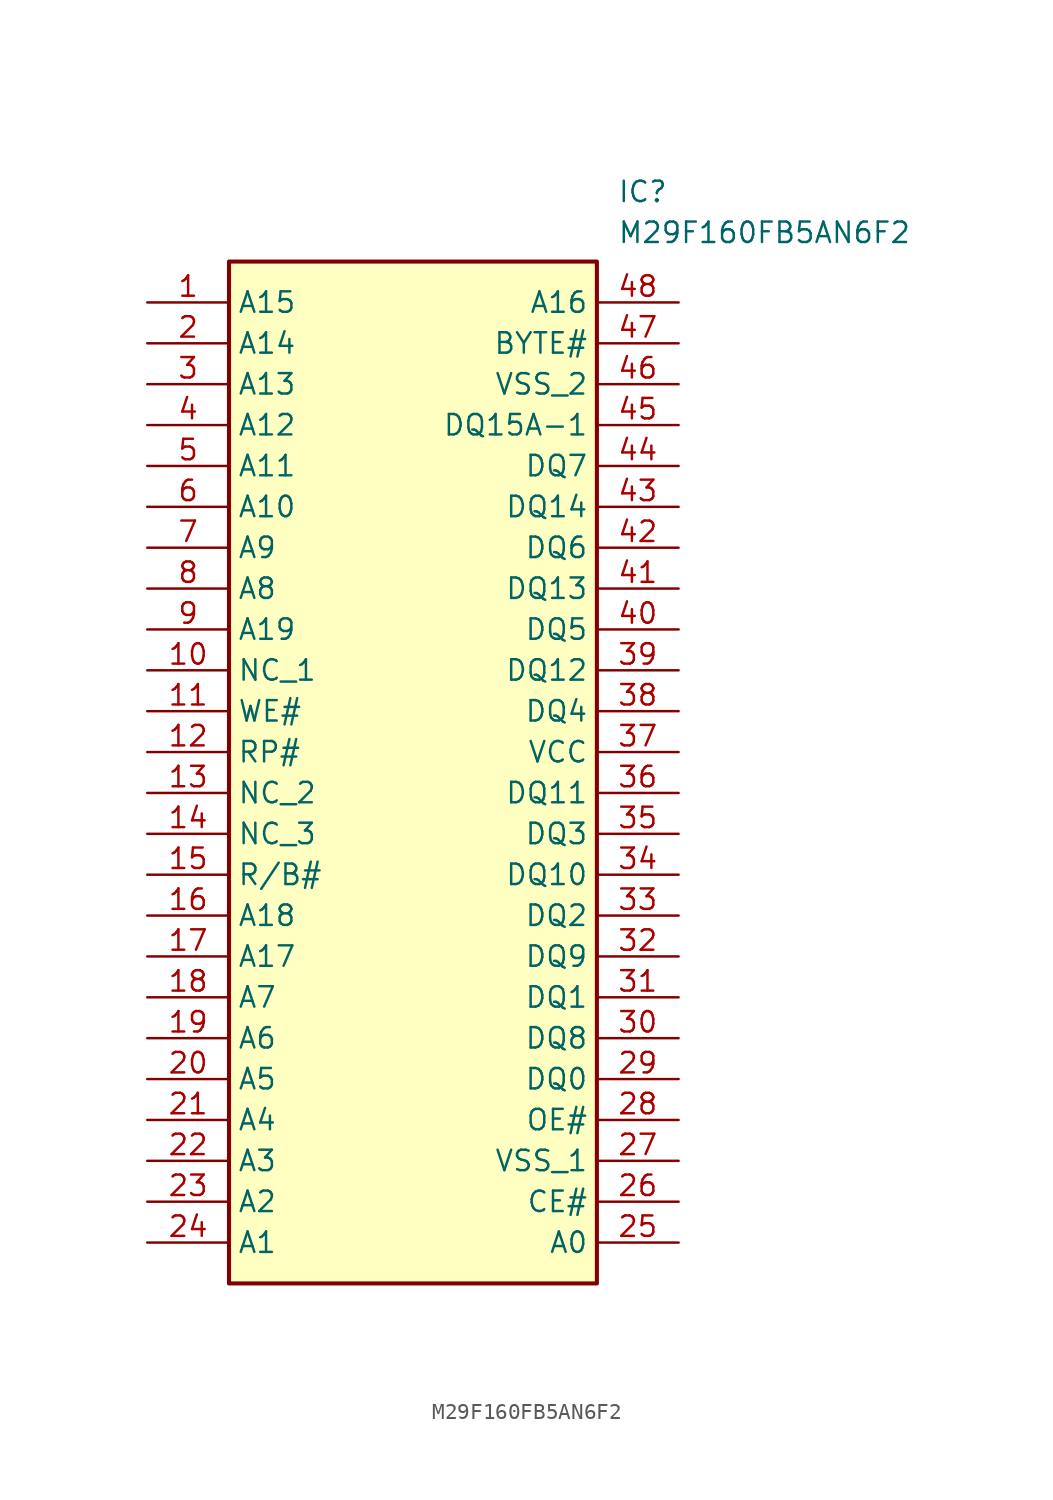
<source format=kicad_sym>
(kicad_symbol_lib
  (version 20211014)
  (generator SamacSys_ECAD_Model)
  (symbol "M29F160FB5AN6F2"
    (property "Reference" "IC"
      (at 29.21 7.62 0)
      (effects (font (size 1.27 1.27)) (justify left top)))
    (property "Value" "M29F160FB5AN6F2"
      (at 29.21 5.08 0)
      (effects (font (size 1.27 1.27)) (justify left top)))
    (rectangle
      (start 5.08 2.54)
      (end 27.94 -60.96)
      (stroke (width 0.254) (type default))
      (fill (type background)))
    (pin passive line
      (at 0 0 0)
      (length 5.08)
      (name "A15" (effects (font (size 1.27 1.27))))
      (number "1" (effects (font (size 1.27 1.27)))))
    (pin passive line
      (at 0 -2.54 0)
      (length 5.08)
      (name "A14" (effects (font (size 1.27 1.27))))
      (number "2" (effects (font (size 1.27 1.27)))))
    (pin passive line
      (at 0 -5.08 0)
      (length 5.08)
      (name "A13" (effects (font (size 1.27 1.27))))
      (number "3" (effects (font (size 1.27 1.27)))))
    (pin passive line
      (at 0 -7.62 0)
      (length 5.08)
      (name "A12" (effects (font (size 1.27 1.27))))
      (number "4" (effects (font (size 1.27 1.27)))))
    (pin passive line
      (at 0 -10.16 0)
      (length 5.08)
      (name "A11" (effects (font (size 1.27 1.27))))
      (number "5" (effects (font (size 1.27 1.27)))))
    (pin passive line
      (at 0 -12.7 0)
      (length 5.08)
      (name "A10" (effects (font (size 1.27 1.27))))
      (number "6" (effects (font (size 1.27 1.27)))))
    (pin passive line
      (at 0 -15.24 0)
      (length 5.08)
      (name "A9" (effects (font (size 1.27 1.27))))
      (number "7" (effects (font (size 1.27 1.27)))))
    (pin passive line
      (at 0 -17.78 0)
      (length 5.08)
      (name "A8" (effects (font (size 1.27 1.27))))
      (number "8" (effects (font (size 1.27 1.27)))))
    (pin passive line
      (at 0 -20.32 0)
      (length 5.08)
      (name "A19" (effects (font (size 1.27 1.27))))
      (number "9" (effects (font (size 1.27 1.27)))))
    (pin passive line
      (at 0 -22.86 0)
      (length 5.08)
      (name "NC_1" (effects (font (size 1.27 1.27))))
      (number "10" (effects (font (size 1.27 1.27)))))
    (pin passive line
      (at 0 -25.4 0)
      (length 5.08)
      (name "WE#" (effects (font (size 1.27 1.27))))
      (number "11" (effects (font (size 1.27 1.27)))))
    (pin passive line
      (at 0 -27.94 0)
      (length 5.08)
      (name "RP#" (effects (font (size 1.27 1.27))))
      (number "12" (effects (font (size 1.27 1.27)))))
    (pin passive line
      (at 0 -30.48 0)
      (length 5.08)
      (name "NC_2" (effects (font (size 1.27 1.27))))
      (number "13" (effects (font (size 1.27 1.27)))))
    (pin passive line
      (at 0 -33.02 0)
      (length 5.08)
      (name "NC_3" (effects (font (size 1.27 1.27))))
      (number "14" (effects (font (size 1.27 1.27)))))
    (pin passive line
      (at 0 -35.56 0)
      (length 5.08)
      (name "R/B#" (effects (font (size 1.27 1.27))))
      (number "15" (effects (font (size 1.27 1.27)))))
    (pin passive line
      (at 0 -38.1 0)
      (length 5.08)
      (name "A18" (effects (font (size 1.27 1.27))))
      (number "16" (effects (font (size 1.27 1.27)))))
    (pin passive line
      (at 0 -40.64 0)
      (length 5.08)
      (name "A17" (effects (font (size 1.27 1.27))))
      (number "17" (effects (font (size 1.27 1.27)))))
    (pin passive line
      (at 0 -43.18 0)
      (length 5.08)
      (name "A7" (effects (font (size 1.27 1.27))))
      (number "18" (effects (font (size 1.27 1.27)))))
    (pin passive line
      (at 0 -45.72 0)
      (length 5.08)
      (name "A6" (effects (font (size 1.27 1.27))))
      (number "19" (effects (font (size 1.27 1.27)))))
    (pin passive line
      (at 0 -48.26 0)
      (length 5.08)
      (name "A5" (effects (font (size 1.27 1.27))))
      (number "20" (effects (font (size 1.27 1.27)))))
    (pin passive line
      (at 0 -50.8 0)
      (length 5.08)
      (name "A4" (effects (font (size 1.27 1.27))))
      (number "21" (effects (font (size 1.27 1.27)))))
    (pin passive line
      (at 0 -53.34 0)
      (length 5.08)
      (name "A3" (effects (font (size 1.27 1.27))))
      (number "22" (effects (font (size 1.27 1.27)))))
    (pin passive line
      (at 0 -55.88 0)
      (length 5.08)
      (name "A2" (effects (font (size 1.27 1.27))))
      (number "23" (effects (font (size 1.27 1.27)))))
    (pin passive line
      (at 0 -58.42 0)
      (length 5.08)
      (name "A1" (effects (font (size 1.27 1.27))))
      (number "24" (effects (font (size 1.27 1.27)))))
    (pin passive line
      (at 33.02 0 180)
      (length 5.08)
      (name "A16" (effects (font (size 1.27 1.27))))
      (number "48" (effects (font (size 1.27 1.27)))))
    (pin passive line
      (at 33.02 -2.54 180)
      (length 5.08)
      (name "BYTE#" (effects (font (size 1.27 1.27))))
      (number "47" (effects (font (size 1.27 1.27)))))
    (pin passive line
      (at 33.02 -5.08 180)
      (length 5.08)
      (name "VSS_2" (effects (font (size 1.27 1.27))))
      (number "46" (effects (font (size 1.27 1.27)))))
    (pin passive line
      (at 33.02 -7.62 180)
      (length 5.08)
      (name "DQ15A-1" (effects (font (size 1.27 1.27))))
      (number "45" (effects (font (size 1.27 1.27)))))
    (pin passive line
      (at 33.02 -10.16 180)
      (length 5.08)
      (name "DQ7" (effects (font (size 1.27 1.27))))
      (number "44" (effects (font (size 1.27 1.27)))))
    (pin passive line
      (at 33.02 -12.7 180)
      (length 5.08)
      (name "DQ14" (effects (font (size 1.27 1.27))))
      (number "43" (effects (font (size 1.27 1.27)))))
    (pin passive line
      (at 33.02 -15.24 180)
      (length 5.08)
      (name "DQ6" (effects (font (size 1.27 1.27))))
      (number "42" (effects (font (size 1.27 1.27)))))
    (pin passive line
      (at 33.02 -17.78 180)
      (length 5.08)
      (name "DQ13" (effects (font (size 1.27 1.27))))
      (number "41" (effects (font (size 1.27 1.27)))))
    (pin passive line
      (at 33.02 -20.32 180)
      (length 5.08)
      (name "DQ5" (effects (font (size 1.27 1.27))))
      (number "40" (effects (font (size 1.27 1.27)))))
    (pin passive line
      (at 33.02 -22.86 180)
      (length 5.08)
      (name "DQ12" (effects (font (size 1.27 1.27))))
      (number "39" (effects (font (size 1.27 1.27)))))
    (pin passive line
      (at 33.02 -25.4 180)
      (length 5.08)
      (name "DQ4" (effects (font (size 1.27 1.27))))
      (number "38" (effects (font (size 1.27 1.27)))))
    (pin passive line
      (at 33.02 -27.94 180)
      (length 5.08)
      (name "VCC" (effects (font (size 1.27 1.27))))
      (number "37" (effects (font (size 1.27 1.27)))))
    (pin passive line
      (at 33.02 -30.48 180)
      (length 5.08)
      (name "DQ11" (effects (font (size 1.27 1.27))))
      (number "36" (effects (font (size 1.27 1.27)))))
    (pin passive line
      (at 33.02 -33.02 180)
      (length 5.08)
      (name "DQ3" (effects (font (size 1.27 1.27))))
      (number "35" (effects (font (size 1.27 1.27)))))
    (pin passive line
      (at 33.02 -35.56 180)
      (length 5.08)
      (name "DQ10" (effects (font (size 1.27 1.27))))
      (number "34" (effects (font (size 1.27 1.27)))))
    (pin passive line
      (at 33.02 -38.1 180)
      (length 5.08)
      (name "DQ2" (effects (font (size 1.27 1.27))))
      (number "33" (effects (font (size 1.27 1.27)))))
    (pin passive line
      (at 33.02 -40.64 180)
      (length 5.08)
      (name "DQ9" (effects (font (size 1.27 1.27))))
      (number "32" (effects (font (size 1.27 1.27)))))
    (pin passive line
      (at 33.02 -43.18 180)
      (length 5.08)
      (name "DQ1" (effects (font (size 1.27 1.27))))
      (number "31" (effects (font (size 1.27 1.27)))))
    (pin passive line
      (at 33.02 -45.72 180)
      (length 5.08)
      (name "DQ8" (effects (font (size 1.27 1.27))))
      (number "30" (effects (font (size 1.27 1.27)))))
    (pin passive line
      (at 33.02 -48.26 180)
      (length 5.08)
      (name "DQ0" (effects (font (size 1.27 1.27))))
      (number "29" (effects (font (size 1.27 1.27)))))
    (pin passive line
      (at 33.02 -50.8 180)
      (length 5.08)
      (name "OE#" (effects (font (size 1.27 1.27))))
      (number "28" (effects (font (size 1.27 1.27)))))
    (pin passive line
      (at 33.02 -53.34 180)
      (length 5.08)
      (name "VSS_1" (effects (font (size 1.27 1.27))))
      (number "27" (effects (font (size 1.27 1.27)))))
    (pin passive line
      (at 33.02 -55.88 180)
      (length 5.08)
      (name "CE#" (effects (font (size 1.27 1.27))))
      (number "26" (effects (font (size 1.27 1.27)))))
    (pin passive line
      (at 33.02 -58.42 180)
      (length 5.08)
      (name "A0" (effects (font (size 1.27 1.27))))
      (number "25" (effects (font (size 1.27 1.27)))))))
</source>
